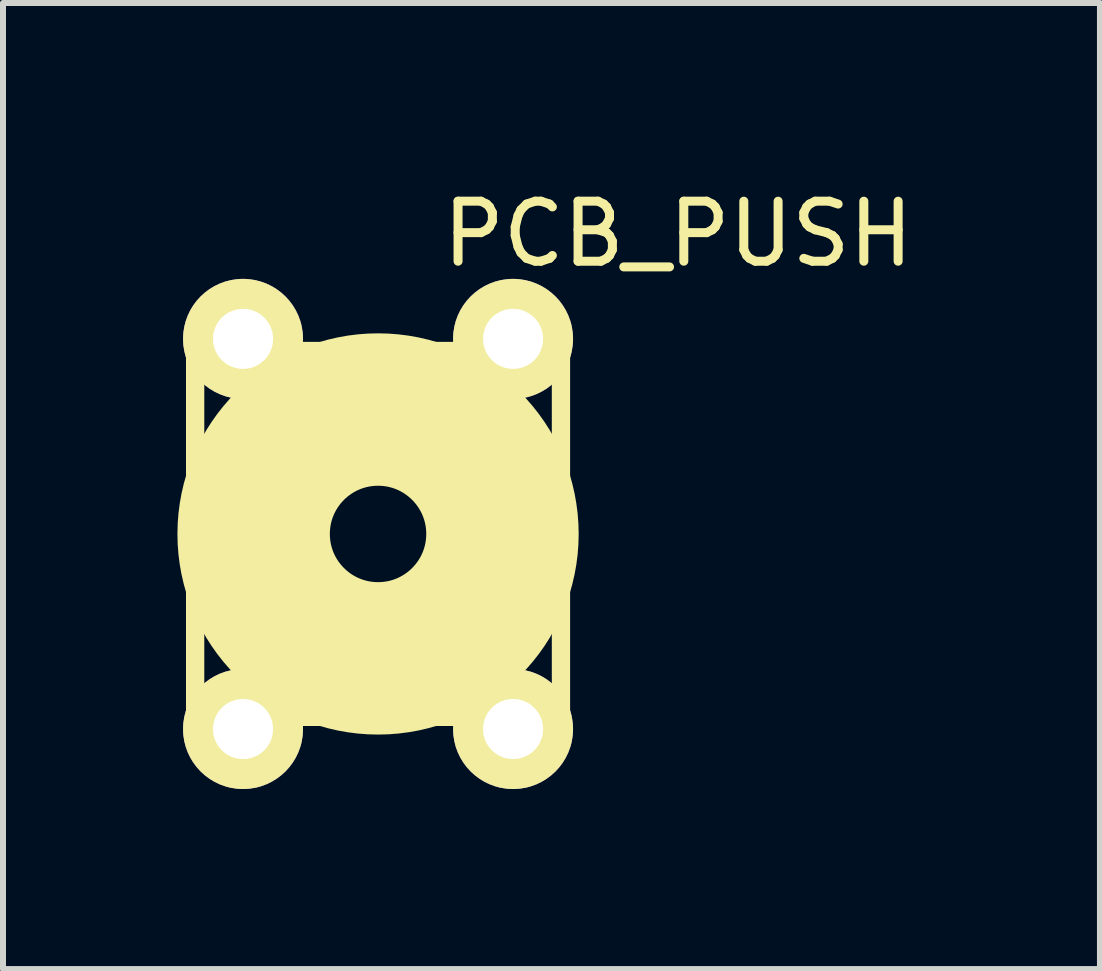
<source format=kicad_pcb>
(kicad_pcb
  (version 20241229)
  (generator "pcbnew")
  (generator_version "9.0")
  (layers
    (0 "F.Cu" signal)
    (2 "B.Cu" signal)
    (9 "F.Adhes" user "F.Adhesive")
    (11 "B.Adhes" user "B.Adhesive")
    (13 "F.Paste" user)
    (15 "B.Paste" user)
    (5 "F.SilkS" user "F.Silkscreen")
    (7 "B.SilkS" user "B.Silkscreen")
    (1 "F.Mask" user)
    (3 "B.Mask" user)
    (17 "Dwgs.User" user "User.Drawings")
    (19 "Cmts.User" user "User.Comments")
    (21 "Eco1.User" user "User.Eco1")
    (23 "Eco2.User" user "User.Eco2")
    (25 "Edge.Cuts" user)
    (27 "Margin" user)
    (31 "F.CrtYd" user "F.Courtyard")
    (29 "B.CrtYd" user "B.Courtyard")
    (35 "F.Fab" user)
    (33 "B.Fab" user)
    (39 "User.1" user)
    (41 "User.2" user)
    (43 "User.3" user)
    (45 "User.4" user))
  (footprint "PCB_PUSH"
    (layer "F.Cu")
    (at 3.25 5.848)
    (property "Reference" "PCB_PUSH" (at 5 -5 180) (layer "F.SilkS") (effects (font (size 1 1) (thickness 0.15))))
    (attr through_hole)
    (fp_line (start -3.048 -3.048) (end 3.048 -3.048) (stroke (width 0.305) (type solid)) (layer "F.SilkS"))
    (fp_line (start -3.048 3.048) (end -3.048 -3.048) (stroke (width 0.305) (type solid)) (layer "F.SilkS"))
    (fp_line (start 3.048 -3.048) (end 3.048 3.048) (stroke (width 0.305) (type solid)) (layer "F.SilkS"))
    (fp_line (start 3.048 3.048) (end -3.048 3.048) (stroke (width 0.305) (type solid)) (layer "F.SilkS"))
    (fp_circle (center 0 0) (end -0.762 0.254) (stroke (width 2.54) (type solid)) (fill no) (layer "F.SilkS"))
    (pad "1" thru_hole circle (at -2.25 -3.251) (size 1.999 1.999) (drill 1.001) (layers "*.Cu" "*.Mask" "F.SilkS"))
    (pad "2" thru_hole circle (at 2.25 3.251) (size 1.999 1.999) (drill 1.001) (layers "*.Cu" "*.Mask" "F.SilkS"))
    (pad "3" thru_hole circle (at -2.25 3.251) (size 1.999 1.999) (drill 1.001) (layers "*.Cu" "*.Mask" "F.SilkS"))
    (pad "4" thru_hole circle (at 2.25 -3.251) (size 1.999 1.999) (drill 1.001) (layers "*.Cu" "*.Mask" "F.SilkS")))
  (gr_rect
    (start -3 -3)
    (end 15.28 13.099)
    (stroke (width 0.1) (type default))
    (fill no)
    (layer "Edge.Cuts")))
</source>
